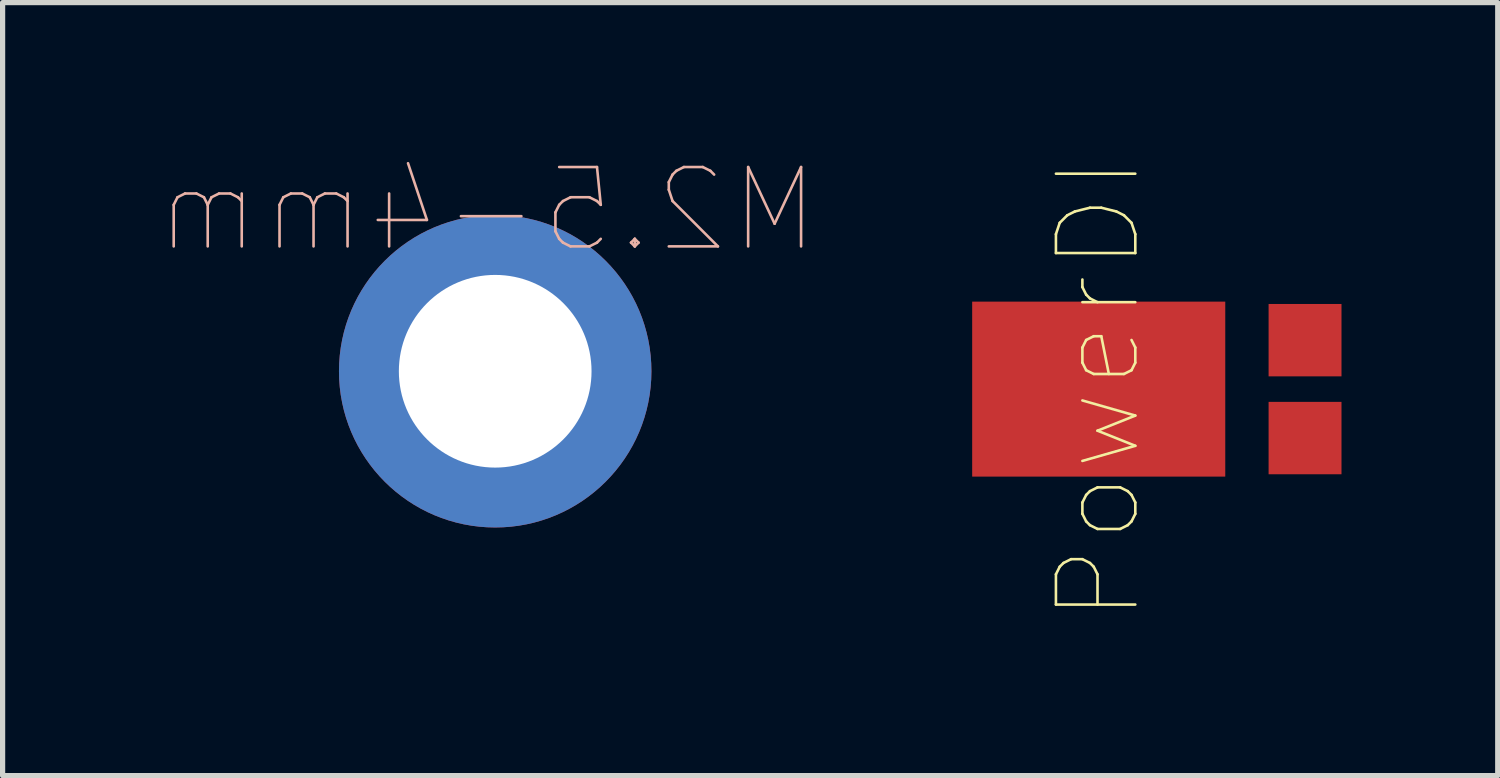
<source format=kicad_pcb>
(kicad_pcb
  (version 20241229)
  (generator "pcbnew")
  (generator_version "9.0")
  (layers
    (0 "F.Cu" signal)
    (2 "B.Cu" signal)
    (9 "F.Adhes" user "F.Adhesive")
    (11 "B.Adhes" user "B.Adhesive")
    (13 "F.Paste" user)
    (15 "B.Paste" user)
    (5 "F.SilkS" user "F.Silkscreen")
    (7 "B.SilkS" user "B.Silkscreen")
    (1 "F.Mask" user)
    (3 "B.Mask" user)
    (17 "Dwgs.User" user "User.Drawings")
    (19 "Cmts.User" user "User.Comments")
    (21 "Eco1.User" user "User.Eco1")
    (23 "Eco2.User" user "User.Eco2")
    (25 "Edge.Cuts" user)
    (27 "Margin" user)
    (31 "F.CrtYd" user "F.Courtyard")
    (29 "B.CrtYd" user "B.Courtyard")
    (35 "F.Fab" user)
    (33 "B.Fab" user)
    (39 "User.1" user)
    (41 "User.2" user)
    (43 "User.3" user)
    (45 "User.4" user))
  (footprint "PowerDI"
    (layer "F.Cu")
    (at 18.548 4.322)
    (property "Reference" "PowerDI" (at -0.5 0.1 270) (layer "F.SilkS") (effects (font (size 1.524 1.524) (thickness 0.05))))
    (attr smd)
    (pad "A" smd rect (at 3.462 -0.84 90) (size 1.39 1.4) (layers "F.Cu" "F.Mask" "F.Paste"))
    (pad "A" smd rect (at 3.462 1.04 270) (size 1.39 1.4) (layers "F.Cu" "F.Mask" "F.Paste"))
    (pad "C" smd rect (at -0.5 0.1 90) (size 3.36 4.86) (layers "F.Cu" "F.Mask" "F.Paste")))
  (footprint "M2.5-4mm"
    (layer "F.Cu")
    (at 6.459 4.079)
    (property "Reference" "M2.5-4mm" (at -0.15 -3.1 0) (layer "B.SilkS") (effects (font (size 1.524 1.524) (thickness 0.05)) (justify mirror)))
    (attr smd)
    (pad "1" thru_hole circle (at 0 0) (size 6 6) (drill 3.7) (layers "F.Cu" "F.Mask")))
  (gr_rect
    (start -3 -3)
    (end 25.71 11.844)
    (stroke (width 0.1) (type default))
    (fill no)
    (layer "Edge.Cuts")))
</source>
